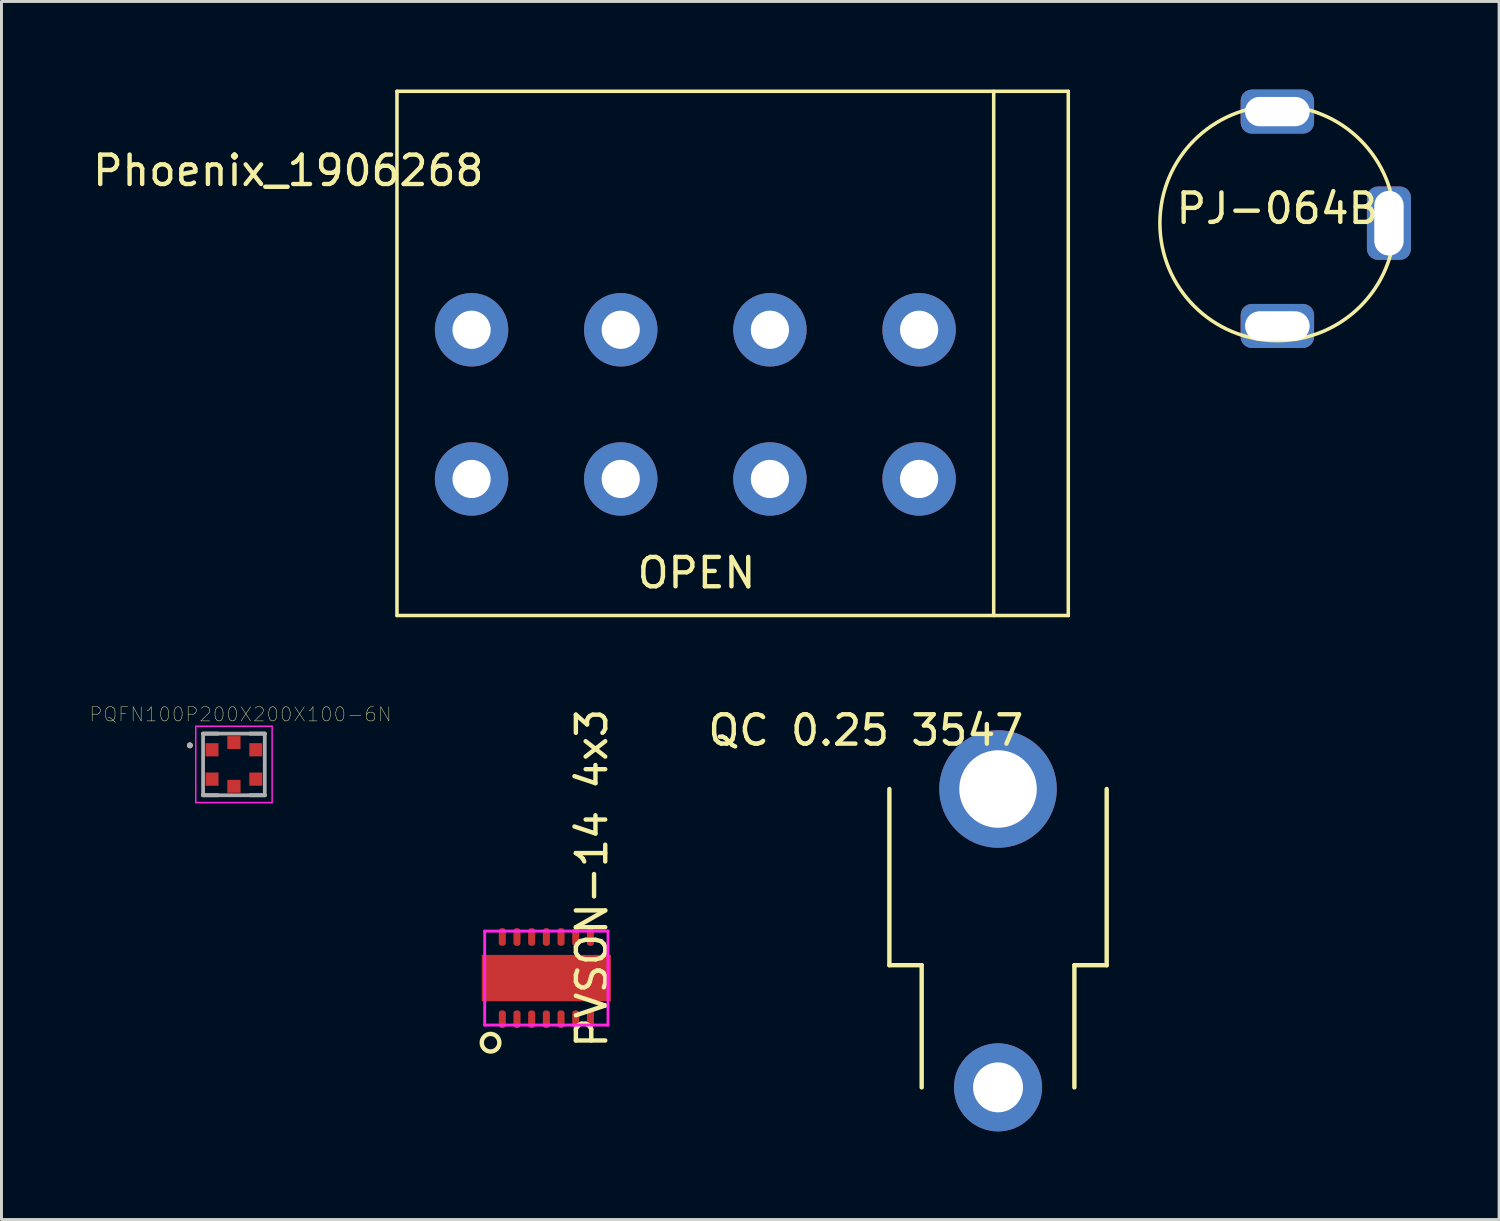
<source format=kicad_pcb>
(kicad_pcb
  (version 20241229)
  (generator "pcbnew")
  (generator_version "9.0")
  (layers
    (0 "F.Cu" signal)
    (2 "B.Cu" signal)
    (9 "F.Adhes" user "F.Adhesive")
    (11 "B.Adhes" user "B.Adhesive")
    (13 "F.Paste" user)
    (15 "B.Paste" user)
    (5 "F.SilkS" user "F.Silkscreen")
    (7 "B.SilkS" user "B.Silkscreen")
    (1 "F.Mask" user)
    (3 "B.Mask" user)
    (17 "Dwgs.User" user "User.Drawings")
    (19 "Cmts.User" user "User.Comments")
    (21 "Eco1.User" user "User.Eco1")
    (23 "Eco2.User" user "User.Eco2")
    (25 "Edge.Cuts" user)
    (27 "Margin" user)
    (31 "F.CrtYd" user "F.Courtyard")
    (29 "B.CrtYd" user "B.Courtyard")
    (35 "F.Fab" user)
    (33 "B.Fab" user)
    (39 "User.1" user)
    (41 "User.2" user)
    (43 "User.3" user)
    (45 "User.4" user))
  (footprint "PQFN100P200X200X100-6N"
    (layer "F.Cu")
    (at 4.916 22.982)
    (property "Reference" "PQFN100P200X200X100-6N" (at 0.224 -1.705 0) (layer "F.SilkS") (effects (font (size 0.48 0.48) (thickness 0.015))))
    (attr through_hole)
    (fp_line (start -1.05 -1.05) (end -0.545 -1.05) (stroke (width 0.127) (type solid)) (layer "F.SilkS"))
    (fp_line (start -1.05 1.05) (end -0.545 1.05) (stroke (width 0.127) (type solid)) (layer "F.SilkS"))
    (fp_line (start 0.545 -1.05) (end 1.05 -1.05) (stroke (width 0.127) (type solid)) (layer "F.SilkS"))
    (fp_line (start 1.05 1.05) (end 0.545 1.05) (stroke (width 0.127) (type solid)) (layer "F.SilkS"))
    (fp_circle (center -1.5 -0.65) (end -1.45 -0.65) (stroke (width 0.1) (type solid)) (fill no) (layer "F.SilkS"))
    (fp_line (start -1.3 -1.3) (end -1.3 1.3) (stroke (width 0.05) (type solid)) (layer "F.CrtYd"))
    (fp_line (start -1.3 1.3) (end 1.3 1.3) (stroke (width 0.05) (type solid)) (layer "F.CrtYd"))
    (fp_line (start 1.3 -1.3) (end -1.3 -1.3) (stroke (width 0.05) (type solid)) (layer "F.CrtYd"))
    (fp_line (start 1.3 1.3) (end 1.3 -1.3) (stroke (width 0.05) (type solid)) (layer "F.CrtYd"))
    (fp_line (start -1.05 -1.05) (end 1.05 -1.05) (stroke (width 0.127) (type solid)) (layer "F.Fab"))
    (fp_line (start -1.05 1.05) (end -1.05 -1.05) (stroke (width 0.127) (type solid)) (layer "F.Fab"))
    (fp_line (start 1.05 -1.05) (end 1.05 1.05) (stroke (width 0.127) (type solid)) (layer "F.Fab"))
    (fp_line (start 1.05 1.05) (end -1.05 1.05) (stroke (width 0.127) (type solid)) (layer "F.Fab"))
    (fp_circle (center -1.5 -0.65) (end -1.45 -0.65) (stroke (width 0.1) (type solid)) (fill no) (layer "F.Fab"))
    (pad "1" smd rect (at -0.745 -0.5) (size 0.44 0.45) (layers "F.Cu" "F.Mask" "F.Paste"))
    (pad "2" smd rect (at -0.745 0.5) (size 0.44 0.45) (layers "F.Cu" "F.Mask" "F.Paste"))
    (pad "3" smd rect (at 0 0.745) (size 0.45 0.44) (layers "F.Cu" "F.Mask" "F.Paste"))
    (pad "4" smd rect (at 0.745 0.5) (size 0.44 0.45) (layers "F.Cu" "F.Mask" "F.Paste"))
    (pad "5" smd rect (at 0.745 -0.5) (size 0.44 0.45) (layers "F.Cu" "F.Mask" "F.Paste"))
    (pad "6" smd rect (at 0 -0.745) (size 0.45 0.44) (layers "F.Cu" "F.Mask" "F.Paste")))
  (footprint "PJ-064B"
    (layer "F.Cu")
    (at 40.448 4.55)
    (property "Reference" "PJ-064B" (at 0 -0.5 0) (unlocked yes) (layer "F.SilkS") (effects (font (size 1 1) (thickness 0.15))))
    (attr through_hole)
    (fp_circle (center 0 0) (end 4 0) (stroke (width 0.12) (type solid)) (fill no) (layer "F.SilkS"))
    (pad "1" thru_hole roundrect (at 0 3.5 180) (size 2.5 1.5) (drill oval 2.2 1) (layers "*.Cu" "*.Mask") (roundrect_rratio 0.25))
    (pad "2" thru_hole roundrect (at 3.8 0 90) (size 2.5 1.5) (drill oval 2.2 1) (layers "*.Cu" "*.Mask") (roundrect_rratio 0.25))
    (pad "3" thru_hole roundrect (at 0 -3.8) (size 2.5 1.5) (drill oval 2.2 1) (layers "*.Cu" "*.Mask") (roundrect_rratio 0.25)))
  (footprint "QC 0.25 3547"
    (layer "F.Cu")
    (at 30.936 23.818)
    (property "Reference" "QC 0.25 3547" (at -4.5 -2 0) (layer "F.SilkS") (effects (font (size 1 1) (thickness 0.15))))
    (attr through_hole)
    (fp_line (start -3.7 0) (end -3.7 6) (stroke (width 0.15) (type solid)) (layer "F.SilkS"))
    (fp_line (start -3.7 6) (end -2.6 6) (stroke (width 0.15) (type solid)) (layer "F.SilkS"))
    (fp_line (start -2.6 6) (end -2.6 10.16) (stroke (width 0.15) (type solid)) (layer "F.SilkS"))
    (fp_line (start 2.6 6) (end 2.6 10.16) (stroke (width 0.15) (type solid)) (layer "F.SilkS"))
    (fp_line (start 3.7 0) (end 3.7 6) (stroke (width 0.15) (type solid)) (layer "F.SilkS"))
    (fp_line (start 3.7 6) (end 2.6 6) (stroke (width 0.15) (type solid)) (layer "F.SilkS"))
    (pad "1" thru_hole circle (at 0 0) (size 4 4) (drill 2.64) (layers "*.Cu" "*.Mask"))
    (pad "1" thru_hole circle (at 0 10.16) (size 3 3) (drill 1.7) (layers "*.Cu" "*.Mask")))
  (footprint "PVSON-14 4x3"
    (layer "F.Cu")
    (at 15.555 30.257)
    (property "Reference" "PVSON-14 4x3" (at 1.55 -3.4 90) (layer "F.SilkS") (effects (font (size 1 1) (thickness 0.15))))
    (attr through_hole)
    (fp_circle (center -1.9 2.2) (end -1.6 2.2) (stroke (width 0.15) (type solid)) (fill no) (layer "F.SilkS"))
    (fp_line (start -2.1 -1.6) (end 2.1 -1.6) (stroke (width 0.1) (type solid)) (layer "F.CrtYd"))
    (fp_line (start -2.1 1.6) (end -2.1 -1.6) (stroke (width 0.1) (type solid)) (layer "F.CrtYd"))
    (fp_line (start 2.1 -1.6) (end 2.1 1.6) (stroke (width 0.1) (type solid)) (layer "F.CrtYd"))
    (fp_line (start 2.1 1.6) (end -2.1 1.6) (stroke (width 0.1) (type solid)) (layer "F.CrtYd"))
    (pad "0" smd rect (at 0 0) (size 4.4 1.58) (layers "F.Cu" "F.Mask" "F.Paste"))
    (pad "1" smd roundrect (at -1.5 1.4) (size 0.24 0.6) (layers "F.Cu" "F.Mask" "F.Paste") (roundrect_rratio 0.4))
    (pad "2" smd roundrect (at -1 1.4) (size 0.24 0.6) (layers "F.Cu" "F.Mask" "F.Paste") (roundrect_rratio 0.4))
    (pad "3" smd roundrect (at -0.5 1.4) (size 0.24 0.6) (layers "F.Cu" "F.Mask" "F.Paste") (roundrect_rratio 0.4))
    (pad "4" smd roundrect (at 0 1.4) (size 0.24 0.6) (layers "F.Cu" "F.Mask" "F.Paste") (roundrect_rratio 0.4))
    (pad "5" smd roundrect (at 0.5 1.4) (size 0.24 0.6) (layers "F.Cu" "F.Mask" "F.Paste") (roundrect_rratio 0.4))
    (pad "6" smd roundrect (at 1 1.4) (size 0.24 0.6) (layers "F.Cu" "F.Mask" "F.Paste") (roundrect_rratio 0.4))
    (pad "7" smd roundrect (at 1.5 1.4) (size 0.24 0.6) (layers "F.Cu" "F.Mask" "F.Paste") (roundrect_rratio 0.4))
    (pad "8" smd roundrect (at 1.5 -1.4) (size 0.24 0.6) (layers "F.Cu" "F.Mask" "F.Paste") (roundrect_rratio 0.4))
    (pad "9" smd roundrect (at 1 -1.4) (size 0.24 0.6) (layers "F.Cu" "F.Mask" "F.Paste") (roundrect_rratio 0.4))
    (pad "10" smd roundrect (at 0.5 -1.4) (size 0.24 0.6) (layers "F.Cu" "F.Mask" "F.Paste") (roundrect_rratio 0.4))
    (pad "11" smd roundrect (at 0 -1.4) (size 0.24 0.6) (layers "F.Cu" "F.Mask" "F.Paste") (roundrect_rratio 0.4))
    (pad "12" smd roundrect (at -0.5 -1.4) (size 0.24 0.6) (layers "F.Cu" "F.Mask" "F.Paste") (roundrect_rratio 0.4))
    (pad "13" smd roundrect (at -1 -1.4) (size 0.24 0.6) (layers "F.Cu" "F.Mask" "F.Paste") (roundrect_rratio 0.4))
    (pad "14" smd roundrect (at -1.5 -1.4) (size 0.24 0.6) (layers "F.Cu" "F.Mask" "F.Paste") (roundrect_rratio 0.4)))
  (footprint "Phoenix_1906268"
    (layer "F.Cu")
    (at 10.468 1.06)
    (property "Reference" "Phoenix_1906268" (at -3.7 1.7 0) (layer "F.SilkS") (effects (font (size 1 1) (thickness 0.15))))
    (attr through_hole)
    (fp_line (start 0 -1) (end 0 16.85) (stroke (width 0.12) (type solid)) (layer "F.SilkS"))
    (fp_line (start 0 -1) (end 22.86 -1) (stroke (width 0.12) (type solid)) (layer "F.SilkS"))
    (fp_line (start 0 16.85) (end 22.86 16.85) (stroke (width 0.12) (type solid)) (layer "F.SilkS"))
    (fp_line (start 20.32 -1) (end 20.32 16.85) (stroke (width 0.12) (type solid)) (layer "F.SilkS"))
    (fp_line (start 22.86 -1) (end 22.86 16.85) (stroke (width 0.12) (type solid)) (layer "F.SilkS"))
    (fp_text user "OPEN" (at 10.2 15.4 0) (layer "F.SilkS") (effects (font (size 1 1) (thickness 0.15))))
    (pad "1" thru_hole circle (at 2.54 7.12) (size 2.5 2.5) (drill 1.3) (layers "*.Cu" "*.Mask"))
    (pad "1" thru_hole circle (at 2.54 12.2) (size 2.5 2.5) (drill 1.3) (layers "*.Cu" "*.Mask"))
    (pad "2" thru_hole circle (at 7.62 7.12) (size 2.5 2.5) (drill 1.3) (layers "*.Cu" "*.Mask"))
    (pad "2" thru_hole circle (at 7.62 12.2) (size 2.5 2.5) (drill 1.3) (layers "*.Cu" "*.Mask"))
    (pad "3" thru_hole circle (at 12.7 7.12) (size 2.5 2.5) (drill 1.3) (layers "*.Cu" "*.Mask"))
    (pad "3" thru_hole circle (at 12.7 12.2) (size 2.5 2.5) (drill 1.3) (layers "*.Cu" "*.Mask"))
    (pad "4" thru_hole circle (at 17.78 7.12) (size 2.5 2.5) (drill 1.3) (layers "*.Cu" "*.Mask"))
    (pad "4" thru_hole circle (at 17.78 12.2) (size 2.5 2.5) (drill 1.3) (layers "*.Cu" "*.Mask")))
  (gr_rect
    (start -3 -3)
    (end 47.998 38.478)
    (stroke (width 0.1) (type default))
    (fill no)
    (layer "Edge.Cuts")))
</source>
